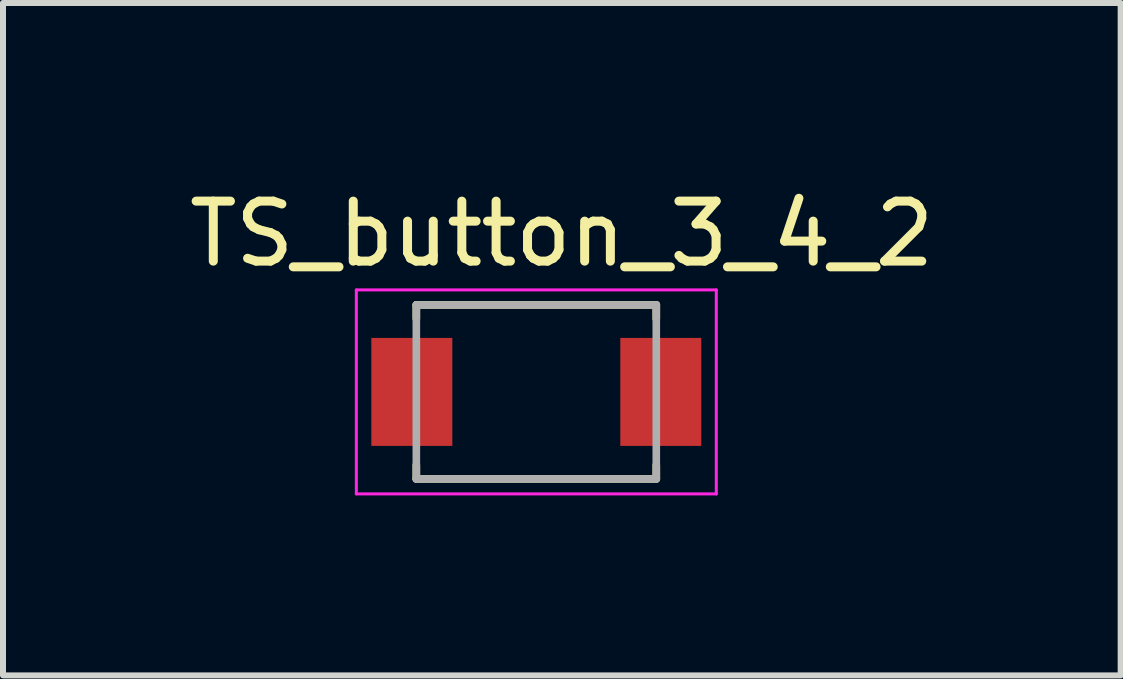
<source format=kicad_pcb>
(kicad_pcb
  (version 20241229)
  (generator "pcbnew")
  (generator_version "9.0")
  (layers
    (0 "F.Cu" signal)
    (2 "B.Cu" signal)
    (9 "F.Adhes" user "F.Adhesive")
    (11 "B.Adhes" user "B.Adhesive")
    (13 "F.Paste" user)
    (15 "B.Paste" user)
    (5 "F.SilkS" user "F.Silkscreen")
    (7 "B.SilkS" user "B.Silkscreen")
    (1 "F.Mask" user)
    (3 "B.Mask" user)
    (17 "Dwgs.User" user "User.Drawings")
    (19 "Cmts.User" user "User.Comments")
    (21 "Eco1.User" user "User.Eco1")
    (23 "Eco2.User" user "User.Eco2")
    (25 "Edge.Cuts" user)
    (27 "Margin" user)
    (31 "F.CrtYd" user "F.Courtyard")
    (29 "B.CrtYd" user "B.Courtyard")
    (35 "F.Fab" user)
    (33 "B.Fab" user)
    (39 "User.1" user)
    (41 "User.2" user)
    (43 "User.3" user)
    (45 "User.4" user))
  (footprint "TS_button_3_4_2"
    (layer "F.Cu")
    (at 5.89 3.483)
    (property "Reference" "TS_button_3_4_2" (at 0.425 -2.635 0) (layer "F.SilkS") (effects (font (size 1 1) (thickness 0.15))))
    (attr smd)
    (fp_line (start -2 -1.45) (end 2 -1.45) (stroke (width 0.127) (type solid)) (layer "F.SilkS"))
    (fp_line (start -2 -1.22) (end -2 -1.45) (stroke (width 0.127) (type solid)) (layer "F.SilkS"))
    (fp_line (start -2 1.45) (end -2 1.22) (stroke (width 0.127) (type solid)) (layer "F.SilkS"))
    (fp_line (start 2 -1.45) (end 2 -1.22) (stroke (width 0.127) (type solid)) (layer "F.SilkS"))
    (fp_line (start 2 1.45) (end -2 1.45) (stroke (width 0.127) (type solid)) (layer "F.SilkS"))
    (fp_line (start 2 1.45) (end 2 1.22) (stroke (width 0.127) (type solid)) (layer "F.SilkS"))
    (fp_line (start -3 -1.7) (end -3 1.7) (stroke (width 0.05) (type solid)) (layer "F.CrtYd"))
    (fp_line (start -3 1.7) (end 3 1.7) (stroke (width 0.05) (type solid)) (layer "F.CrtYd"))
    (fp_line (start 3 -1.7) (end -3 -1.7) (stroke (width 0.05) (type solid)) (layer "F.CrtYd"))
    (fp_line (start 3 1.7) (end 3 -1.7) (stroke (width 0.05) (type solid)) (layer "F.CrtYd"))
    (fp_line (start -2 -1.45) (end 2 -1.45) (stroke (width 0.127) (type solid)) (layer "F.Fab"))
    (fp_line (start -2 1.45) (end -2 -1.45) (stroke (width 0.127) (type solid)) (layer "F.Fab"))
    (fp_line (start 2 -1.45) (end 2 1.45) (stroke (width 0.127) (type solid)) (layer "F.Fab"))
    (fp_line (start 2 1.45) (end -2 1.45) (stroke (width 0.127) (type solid)) (layer "F.Fab"))
    (pad "1" smd rect (at -2.075 0) (size 1.35 1.8) (layers "F.Cu" "F.Mask" "F.Paste"))
    (pad "2" smd rect (at 2.075 0) (size 1.35 1.8) (layers "F.Cu" "F.Mask" "F.Paste")))
  (gr_rect
    (start -3 -3)
    (end 15.631 8.208)
    (stroke (width 0.1) (type default))
    (fill no)
    (layer "Edge.Cuts")))
</source>
